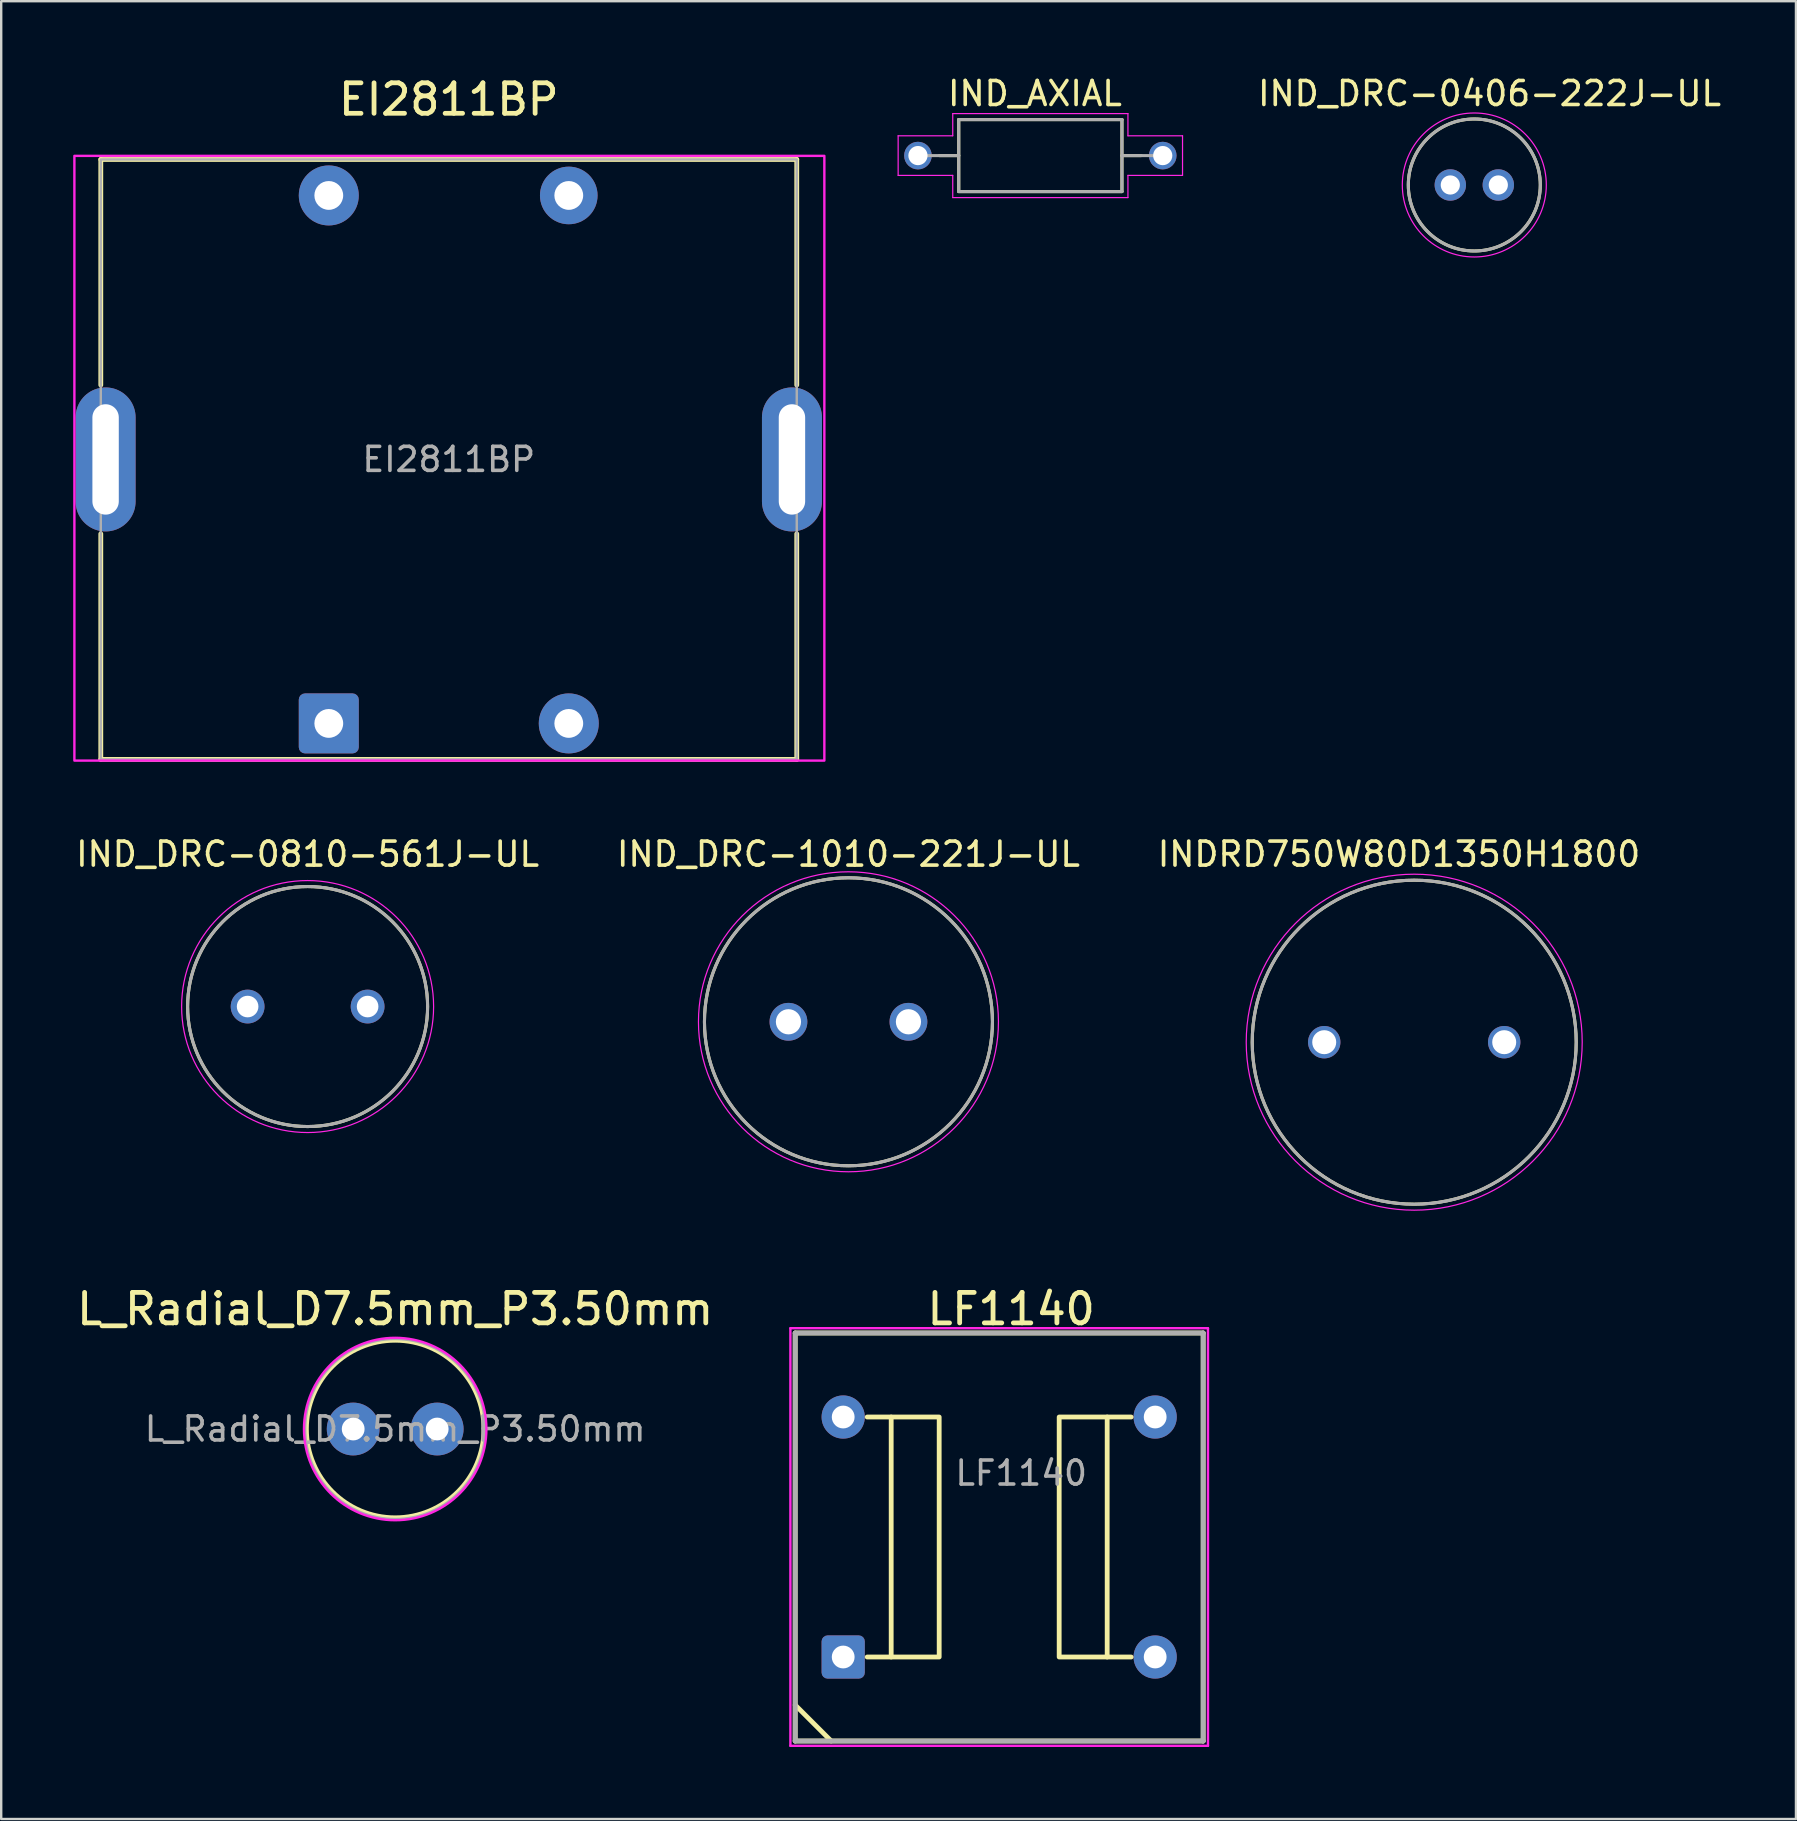
<source format=kicad_pcb>
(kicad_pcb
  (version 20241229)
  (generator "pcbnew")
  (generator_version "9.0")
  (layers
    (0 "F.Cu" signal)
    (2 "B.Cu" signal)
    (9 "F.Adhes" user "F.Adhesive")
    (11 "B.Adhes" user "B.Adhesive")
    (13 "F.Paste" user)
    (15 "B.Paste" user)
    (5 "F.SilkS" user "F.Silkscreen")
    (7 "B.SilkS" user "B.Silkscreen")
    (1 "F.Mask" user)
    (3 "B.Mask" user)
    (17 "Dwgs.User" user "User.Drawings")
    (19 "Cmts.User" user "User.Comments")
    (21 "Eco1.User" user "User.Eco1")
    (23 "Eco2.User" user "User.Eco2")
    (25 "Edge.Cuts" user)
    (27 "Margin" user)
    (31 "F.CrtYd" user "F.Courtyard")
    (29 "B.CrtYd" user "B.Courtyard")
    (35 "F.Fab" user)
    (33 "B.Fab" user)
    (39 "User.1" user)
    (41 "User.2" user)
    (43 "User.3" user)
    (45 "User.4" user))
  (footprint "IND_DRC-0406-222J-UL"
    (layer "F.Cu")
    (at 58.383 4.658)
    (property "Reference" "IND_DRC-0406-222J-UL" (at 0.635 -3.81 0) (layer "F.SilkS") (effects (font (size 1 1) (thickness 0.15))))
    (attr through_hole)
    (fp_circle (center 0 0) (end 2.75 0) (stroke (width 0.127) (type solid)) (fill no) (layer "F.SilkS"))
    (fp_circle (center 0 0) (end 3 0) (stroke (width 0.05) (type solid)) (fill no) (layer "F.CrtYd"))
    (fp_circle (center 0 0) (end 2.75 0) (stroke (width 0.127) (type solid)) (fill no) (layer "F.Fab"))
    (pad "1" thru_hole circle (at -1 0) (size 1.308 1.308) (drill 0.8) (layers "*.Cu" "*.Mask"))
    (pad "2" thru_hole circle (at 1 0) (size 1.308 1.308) (drill 0.8) (layers "*.Cu" "*.Mask")))
  (footprint "LF1140"
    (layer "F.Cu")
    (at 38.585 60.996)
    (property "Reference" "LF1140" (at 0.5 -9.5 0) (layer "F.SilkS") (effects (font (size 1.27 1.27) (thickness 0.2))))
    (attr through_hole)
    (fp_line (start -8.5 -8.5) (end 8.5 -8.5) (stroke (width 0.2) (type solid)) (layer "F.SilkS"))
    (fp_line (start -8.5 8.5) (end -8.5 -8.5) (stroke (width 0.2) (type solid)) (layer "F.SilkS"))
    (fp_line (start -7 8.5) (end -8.5 7) (stroke (width 0.2) (type solid)) (layer "F.SilkS"))
    (fp_line (start -4.5 -5) (end -5.5 -5) (stroke (width 0.2) (type default)) (layer "F.SilkS"))
    (fp_line (start -4.5 5) (end -5.5 5) (stroke (width 0.2) (type default)) (layer "F.SilkS"))
    (fp_line (start 4.5 -5) (end 5.5 -5) (stroke (width 0.2) (type default)) (layer "F.SilkS"))
    (fp_line (start 4.5 5) (end 5.5 5) (stroke (width 0.2) (type solid)) (layer "F.SilkS"))
    (fp_line (start 8.5 -8.5) (end 8.5 8.5) (stroke (width 0.2) (type solid)) (layer "F.SilkS"))
    (fp_line (start 8.5 8.5) (end -8.5 8.5) (stroke (width 0.2) (type solid)) (layer "F.SilkS"))
    (fp_rect (start -4.5 -5) (end -2.5 5) (stroke (width 0.2) (type solid)) (fill no) (layer "F.SilkS"))
    (fp_rect (start 2.5 -5) (end 4.5 5) (stroke (width 0.2) (type solid)) (fill no) (layer "F.SilkS"))
    (fp_line (start -8.7 -8.7) (end 8.7 -8.7) (stroke (width 0.1) (type solid)) (layer "F.CrtYd"))
    (fp_line (start -8.7 8.7) (end -8.7 -8.7) (stroke (width 0.1) (type solid)) (layer "F.CrtYd"))
    (fp_line (start 8.7 -8.7) (end 8.7 8.7) (stroke (width 0.1) (type solid)) (layer "F.CrtYd"))
    (fp_line (start 8.7 8.7) (end -8.7 8.7) (stroke (width 0.1) (type solid)) (layer "F.CrtYd"))
    (fp_line (start -8.5 -8.5) (end 8.5 -8.5) (stroke (width 0.2) (type solid)) (layer "F.Fab"))
    (fp_line (start -8.5 8.5) (end -8.5 -8.5) (stroke (width 0.2) (type solid)) (layer "F.Fab"))
    (fp_line (start 8.5 -8.5) (end 8.5 8.5) (stroke (width 0.2) (type solid)) (layer "F.Fab"))
    (fp_line (start 8.5 8.5) (end -8.5 8.5) (stroke (width 0.2) (type solid)) (layer "F.Fab"))
    (fp_text user "${REFERENCE}" (at 0.917 -2.663 0) (layer "F.Fab") (effects (font (size 1 1) (thickness 0.15))))
    (pad "1" thru_hole roundrect (at -6.5 5) (size 1.8 1.8) (drill 0.95) (layers "*.Cu" "*.Mask") (roundrect_rratio 0.139))
    (pad "2" thru_hole circle (at 6.5 5) (size 1.8 1.8) (drill 0.95) (layers "*.Cu" "*.Mask"))
    (pad "3" thru_hole circle (at 6.5 -5) (size 1.8 1.8) (drill 0.95) (layers "*.Cu" "*.Mask"))
    (pad "4" thru_hole circle (at -6.5 -5) (size 1.8 1.8) (drill 0.95) (layers "*.Cu" "*.Mask")))
  (footprint "L_Radial_D7.5mm_P3.50mm"
    (layer "F.Cu")
    (at 13.417 56.496)
    (property "Reference" "L_Radial_D7.5mm_P3.50mm" (at 0 -5 0) (layer "F.SilkS") (effects (font (size 1.27 1.27) (thickness 0.2))))
    (attr through_hole)
    (fp_circle (center 0 0) (end 3.7 0) (stroke (width 0.2) (type solid)) (fill no) (layer "F.SilkS"))
    (fp_circle (center 0 0) (end 3.8 0) (stroke (width 0.1) (type solid)) (fill no) (layer "F.CrtYd"))
    (fp_circle (center 0 0) (end 3.75 0) (stroke (width 0.1) (type solid)) (fill no) (layer "F.Fab"))
    (fp_text user "${REFERENCE}" (at 0 0 0) (layer "F.Fab") (effects (font (size 1 1) (thickness 0.15))))
    (pad "1" thru_hole circle (at -1.75 0) (size 2.2 2.2) (drill 0.95) (layers "*.Cu" "*.Mask"))
    (pad "2" thru_hole circle (at 1.75 0) (size 2.2 2.2) (drill 0.95) (layers "*.Cu" "*.Mask")))
  (footprint "IND_DRC-0810-561J-UL"
    (layer "F.Cu")
    (at 9.768 38.892)
    (property "Reference" "IND_DRC-0810-561J-UL" (at 0 -6.35 0) (layer "F.SilkS") (effects (font (size 1 1) (thickness 0.15))))
    (attr through_hole)
    (fp_circle (center 0 0) (end 5 0) (stroke (width 0.127) (type solid)) (fill no) (layer "F.SilkS"))
    (fp_circle (center 0 0) (end 5.25 0) (stroke (width 0.05) (type solid)) (fill no) (layer "F.CrtYd"))
    (fp_circle (center 0 0) (end 5 0) (stroke (width 0.127) (type solid)) (fill no) (layer "F.Fab"))
    (pad "1" thru_hole circle (at -2.5 0) (size 1.408 1.408) (drill 0.9) (layers "*.Cu" "*.Mask"))
    (pad "2" thru_hole circle (at 2.5 0) (size 1.408 1.408) (drill 0.9) (layers "*.Cu" "*.Mask")))
  (footprint "IND_AXIAL"
    (layer "F.Cu")
    (at 40.3 3.433)
    (property "Reference" "IND_AXIAL" (at -0.225 -2.585 0) (layer "F.SilkS") (effects (font (size 1 1) (thickness 0.15))))
    (attr through_hole)
    (fp_line (start -3.4 -1.5) (end -3.4 1.5) (stroke (width 0.127) (type solid)) (layer "F.SilkS"))
    (fp_line (start -3.4 -1.5) (end 3.4 -1.5) (stroke (width 0.127) (type solid)) (layer "F.SilkS"))
    (fp_line (start -3.4 0) (end -4.205 0) (stroke (width 0.127) (type solid)) (layer "F.SilkS"))
    (fp_line (start -3.4 1.5) (end 3.4 1.5) (stroke (width 0.127) (type solid)) (layer "F.SilkS"))
    (fp_line (start 3.4 -1.5) (end 3.4 1.5) (stroke (width 0.127) (type solid)) (layer "F.SilkS"))
    (fp_line (start 3.4 0) (end 4.205 0) (stroke (width 0.127) (type solid)) (layer "F.SilkS"))
    (fp_line (start -5.925 -0.825) (end -5.925 0.825) (stroke (width 0.05) (type solid)) (layer "F.CrtYd"))
    (fp_line (start -3.65 -1.75) (end 3.65 -1.75) (stroke (width 0.05) (type solid)) (layer "F.CrtYd"))
    (fp_line (start -3.65 -0.825) (end -5.925 -0.825) (stroke (width 0.05) (type solid)) (layer "F.CrtYd"))
    (fp_line (start -3.65 -0.825) (end -3.65 -1.75) (stroke (width 0.05) (type solid)) (layer "F.CrtYd"))
    (fp_line (start -3.65 0.825) (end -5.925 0.825) (stroke (width 0.05) (type solid)) (layer "F.CrtYd"))
    (fp_line (start -3.65 0.825) (end -3.65 1.75) (stroke (width 0.05) (type solid)) (layer "F.CrtYd"))
    (fp_line (start -3.65 1.75) (end 3.65 1.75) (stroke (width 0.05) (type solid)) (layer "F.CrtYd"))
    (fp_line (start 3.65 -0.825) (end 3.65 -1.75) (stroke (width 0.05) (type solid)) (layer "F.CrtYd"))
    (fp_line (start 3.65 -0.825) (end 5.925 -0.825) (stroke (width 0.05) (type solid)) (layer "F.CrtYd"))
    (fp_line (start 3.65 0.825) (end 3.65 1.75) (stroke (width 0.05) (type solid)) (layer "F.CrtYd"))
    (fp_line (start 3.65 0.825) (end 5.925 0.825) (stroke (width 0.05) (type solid)) (layer "F.CrtYd"))
    (fp_line (start 5.925 -0.825) (end 5.925 0.825) (stroke (width 0.05) (type solid)) (layer "F.CrtYd"))
    (fp_line (start -3.4 -1.5) (end -3.4 1.5) (stroke (width 0.127) (type solid)) (layer "F.Fab"))
    (fp_line (start -3.4 -1.5) (end 3.4 -1.5) (stroke (width 0.127) (type solid)) (layer "F.Fab"))
    (fp_line (start -3.4 0) (end -5.1 0) (stroke (width 0.127) (type solid)) (layer "F.Fab"))
    (fp_line (start 3.4 -1.5) (end 3.4 1.5) (stroke (width 0.127) (type solid)) (layer "F.Fab"))
    (fp_line (start 3.4 0) (end 5.1 0) (stroke (width 0.127) (type solid)) (layer "F.Fab"))
    (fp_line (start 3.4 1.5) (end -3.4 1.5) (stroke (width 0.127) (type solid)) (layer "F.Fab"))
    (pad "1" thru_hole circle (at -5.1 0) (size 1.15 1.15) (drill 0.8) (layers "*.Cu" "*.Mask"))
    (pad "2" thru_hole circle (at 5.1 0) (size 1.15 1.15) (drill 0.8) (layers "*.Cu" "*.Mask")))
  (footprint "IND_DRC-1010-221J-UL"
    (layer "F.Cu")
    (at 32.304 39.527)
    (property "Reference" "IND_DRC-1010-221J-UL" (at 0 -6.985 0) (layer "F.SilkS") (effects (font (size 1 1) (thickness 0.15))))
    (attr through_hole)
    (fp_circle (center 0 0) (end 6 0) (stroke (width 0.127) (type solid)) (fill no) (layer "F.SilkS"))
    (fp_circle (center 0 0) (end 6.25 0) (stroke (width 0.05) (type solid)) (fill no) (layer "F.CrtYd"))
    (fp_circle (center 0 0) (end 6 0) (stroke (width 0.127) (type solid)) (fill no) (layer "F.Fab"))
    (pad "1" thru_hole circle (at -2.5 0) (size 1.575 1.575) (drill 1.05) (layers "*.Cu" "*.Mask"))
    (pad "2" thru_hole circle (at 2.5 0) (size 1.575 1.575) (drill 1.05) (layers "*.Cu" "*.Mask")))
  (footprint "INDRD750W80D1350H1800"
    (layer "F.Cu")
    (at 55.879 40.377)
    (property "Reference" "INDRD750W80D1350H1800" (at -0.635 -7.835 0) (layer "F.SilkS") (effects (font (size 1 1) (thickness 0.15))))
    (attr through_hole)
    (fp_circle (center 0 0) (end 6.75 0) (stroke (width 0.127) (type solid)) (fill no) (layer "F.SilkS"))
    (fp_circle (center 0 0) (end 7 0) (stroke (width 0.05) (type solid)) (fill no) (layer "F.CrtYd"))
    (fp_circle (center 0 0) (end 6.75 0) (stroke (width 0.127) (type solid)) (fill no) (layer "F.Fab"))
    (pad "1" thru_hole circle (at -3.75 0) (size 1.35 1.35) (drill 1) (layers "*.Cu" "*.Mask"))
    (pad "2" thru_hole circle (at 3.75 0) (size 1.35 1.35) (drill 1) (layers "*.Cu" "*.Mask")))
  (footprint "EI2811BP"
    (layer "F.Cu")
    (at 15.65 16.094)
    (property "Reference" "EI2811BP" (at 0 -15 0) (layer "F.SilkS") (effects (font (size 1.27 1.27) (thickness 0.2))))
    (attr through_hole)
    (fp_line (start -14.5 -12.5) (end -14.5 -3.1) (stroke (width 0.2) (type solid)) (layer "F.SilkS"))
    (fp_line (start -14.5 -12.5) (end 14.5 -12.5) (stroke (width 0.2) (type default)) (layer "F.SilkS"))
    (fp_line (start -14.5 12.5) (end -14.5 3.1) (stroke (width 0.2) (type solid)) (layer "F.SilkS"))
    (fp_line (start -14.5 12.5) (end 14.5 12.5) (stroke (width 0.2) (type default)) (layer "F.SilkS"))
    (fp_line (start 14.5 -12.5) (end 14.5 -3.1) (stroke (width 0.2) (type solid)) (layer "F.SilkS"))
    (fp_line (start 14.5 12.5) (end 14.5 3.1) (stroke (width 0.2) (type solid)) (layer "F.SilkS"))
    (fp_rect (start 15.65 12.55) (end -15.6 -12.65) (stroke (width 0.1) (type solid)) (fill no) (layer "F.CrtYd"))
    (fp_rect (start 14.5 12.5) (end -14.5 -12.5) (stroke (width 0.1) (type solid)) (fill no) (layer "F.Fab"))
    (fp_text user "${REFERENCE}" (at 0 0 0) (layer "F.Fab") (effects (font (size 1 1) (thickness 0.15))))
    (pad "1" thru_hole roundrect (at -5 11) (size 2.5 2.5) (drill 1.2) (layers "*.Cu" "*.Mask") (roundrect_rratio 0.104))
    (pad "2" thru_hole circle (at 5 11) (size 2.5 2.5) (drill 1.2) (layers "*.Cu" "*.Mask"))
    (pad "3" thru_hole circle (at 5 -11) (size 2.4 2.4) (drill 1.2) (layers "*.Cu" "*.Mask"))
    (pad "4" thru_hole circle (at -5 -11) (size 2.5 2.5) (drill 1.2) (layers "*.Cu" "*.Mask"))
    (pad "5" thru_hole oval (at 14.3 0) (size 2.5 6) (drill oval 1.1 4.6) (layers "*.Cu" "*.Mask"))
    (pad "6" thru_hole oval (at -14.3 0) (size 2.5 6) (drill oval 1.1 4.6) (layers "*.Cu" "*.Mask")))
  (gr_rect
    (start -3 -3)
    (end 71.786 72.746)
    (stroke (width 0.1) (type default))
    (fill no)
    (layer "Edge.Cuts")))
</source>
